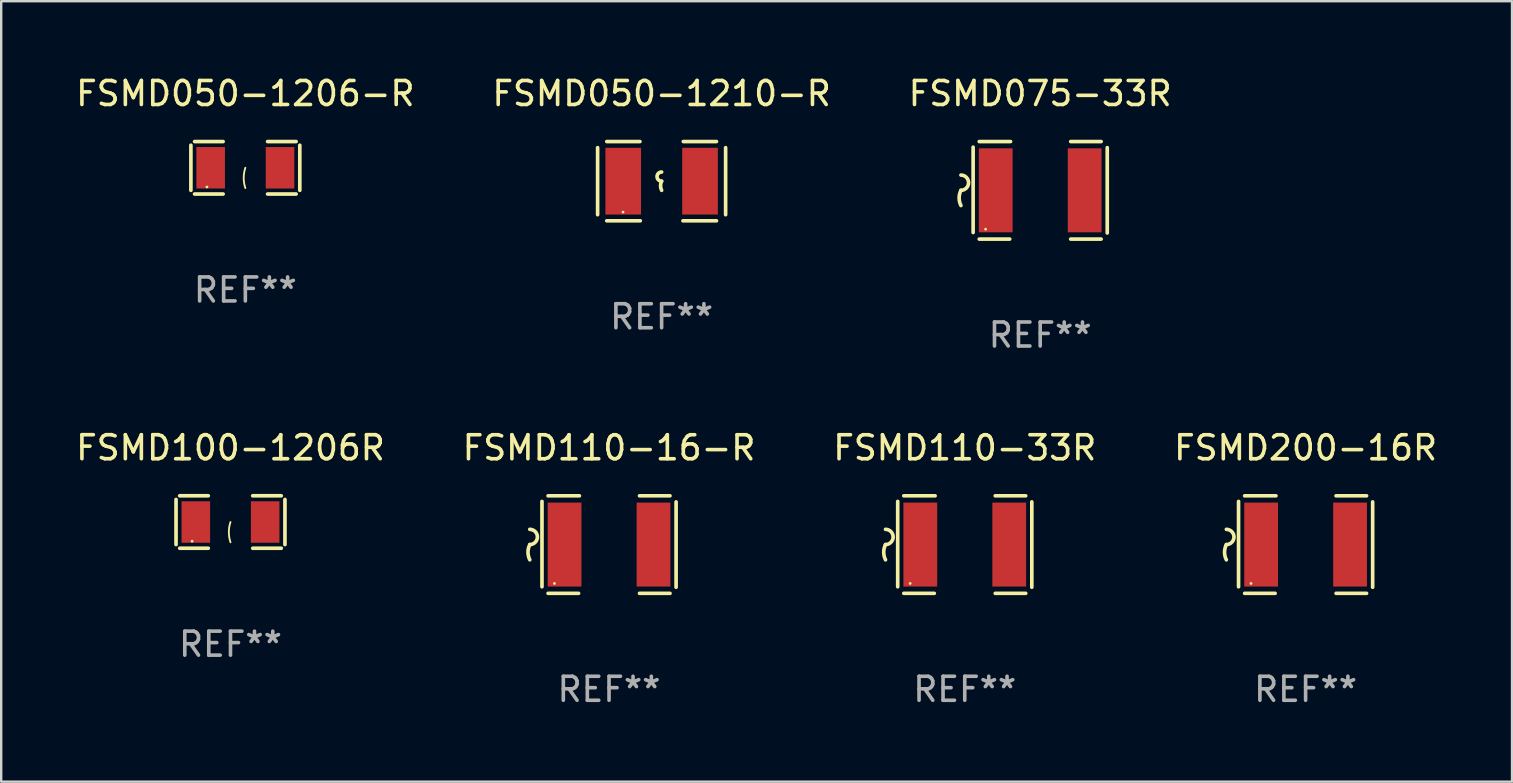
<source format=kicad_pcb>
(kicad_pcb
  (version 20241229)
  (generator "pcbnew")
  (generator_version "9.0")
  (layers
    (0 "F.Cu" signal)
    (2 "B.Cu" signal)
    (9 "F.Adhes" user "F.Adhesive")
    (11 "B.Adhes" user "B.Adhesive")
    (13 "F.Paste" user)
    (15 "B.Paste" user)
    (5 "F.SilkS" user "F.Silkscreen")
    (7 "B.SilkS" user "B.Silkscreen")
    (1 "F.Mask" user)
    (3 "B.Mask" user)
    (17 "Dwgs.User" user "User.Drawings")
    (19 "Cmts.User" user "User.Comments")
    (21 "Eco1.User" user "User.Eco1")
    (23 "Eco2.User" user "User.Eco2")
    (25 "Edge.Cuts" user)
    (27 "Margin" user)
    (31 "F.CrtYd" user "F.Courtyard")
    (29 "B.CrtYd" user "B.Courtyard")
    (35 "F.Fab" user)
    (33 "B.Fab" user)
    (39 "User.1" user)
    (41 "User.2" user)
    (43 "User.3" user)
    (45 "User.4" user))
  (footprint "FSMD100-1206R"
    (layer "F.Cu")
    (at 6.554 18.701)
    (property "Reference" "FSMD100-1206R" (at 0 -3.093 0) (layer "F.SilkS") (effects (font (size 1 1) (thickness 0.15))))
    (attr through_hole)
    (fp_line (start -2.269 -0.94) (end -2.269 0.94) (stroke (width 0.152) (type solid)) (layer "F.SilkS"))
    (fp_line (start -2.116 1.093) (end -0.926 1.093) (stroke (width 0.152) (type solid)) (layer "F.SilkS"))
    (fp_line (start -0.926 -1.093) (end -2.116 -1.093) (stroke (width 0.152) (type solid)) (layer "F.SilkS"))
    (fp_line (start 0.926 -1.093) (end 2.116 -1.093) (stroke (width 0.152) (type solid)) (layer "F.SilkS"))
    (fp_line (start 2.116 1.093) (end 0.926 1.093) (stroke (width 0.152) (type solid)) (layer "F.SilkS"))
    (fp_line (start 2.269 -0.94) (end 2.269 0.94) (stroke (width 0.152) (type solid)) (layer "F.SilkS"))
    (fp_arc (start 0 0.844951) (mid -0.068559 0.422475) (end 0 0) (stroke (width 0.0762) (type solid)) (layer "F.SilkS"))
    (fp_circle (center -1.6 0.8) (end -1.57 0.8) (stroke (width 0.06) (type solid)) (fill no) (layer "F.SilkS"))
    (fp_text user "REF**" (at 0 5.093 0) (layer "F.Fab") (effects (font (size 1 1) (thickness 0.15))))
    (pad "1" smd rect (at -1.445 0) (size 1.19 1.728) (layers "F.Cu" "F.Mask" "F.Paste"))
    (pad "2" smd rect (at 1.445 0) (size 1.19 1.728) (layers "F.Cu" "F.Mask" "F.Paste")))
  (footprint "FSMD075-33R"
    (layer "F.Cu")
    (at 40.292 4.88)
    (property "Reference" "FSMD075-33R" (at 0 -4.032 0) (layer "F.SilkS") (effects (font (size 1 1) (thickness 0.15))))
    (attr through_hole)
    (fp_line (start -2.794 -1.798) (end -2.794 1.758) (stroke (width 0.152) (type solid)) (layer "F.SilkS"))
    (fp_line (start -2.54 -2.032) (end -1.235 -2.032) (stroke (width 0.152) (type solid)) (layer "F.SilkS"))
    (fp_line (start -1.27 2.032) (end -2.54 2.032) (stroke (width 0.152) (type solid)) (layer "F.SilkS"))
    (fp_line (start 1.27 2.032) (end 2.54 2.032) (stroke (width 0.152) (type solid)) (layer "F.SilkS"))
    (fp_line (start 2.54 -2.032) (end 1.27 -2.032) (stroke (width 0.152) (type solid)) (layer "F.SilkS"))
    (fp_line (start 2.794 -1.778) (end 2.794 1.778) (stroke (width 0.152) (type solid)) (layer "F.SilkS"))
    (fp_arc (start -3.302007 -0.635002) (mid -2.984506 -0.317501) (end -3.302007 0) (stroke (width 0.151994) (type solid)) (layer "F.SilkS"))
    (fp_arc (start -3.302007 0.635002) (mid -3.376959 0.317501) (end -3.302007 0) (stroke (width 0.151994) (type solid)) (layer "F.SilkS"))
    (fp_circle (center -2.275 1.62) (end -2.245 1.62) (stroke (width 0.06) (type solid)) (fill no) (layer "F.SilkS"))
    (fp_text user "REF**" (at 0 6.032 0) (layer "F.Fab") (effects (font (size 1 1) (thickness 0.15))))
    (pad "1" smd rect (at -1.853 0) (size 1.407 3.499) (layers "F.Cu" "F.Mask" "F.Paste"))
    (pad "2" smd rect (at 1.853 0) (size 1.407 3.499) (layers "F.Cu" "F.Mask" "F.Paste")))
  (footprint "FSMD110-16-R"
    (layer "F.Cu")
    (at 22.327 19.641)
    (property "Reference" "FSMD110-16-R" (at 0 -4.032 0) (layer "F.SilkS") (effects (font (size 1 1) (thickness 0.15))))
    (attr through_hole)
    (fp_line (start -2.794 -1.798) (end -2.794 1.758) (stroke (width 0.152) (type solid)) (layer "F.SilkS"))
    (fp_line (start -2.54 -2.032) (end -1.235 -2.032) (stroke (width 0.152) (type solid)) (layer "F.SilkS"))
    (fp_line (start -1.27 2.032) (end -2.54 2.032) (stroke (width 0.152) (type solid)) (layer "F.SilkS"))
    (fp_line (start 1.27 2.032) (end 2.54 2.032) (stroke (width 0.152) (type solid)) (layer "F.SilkS"))
    (fp_line (start 2.54 -2.032) (end 1.27 -2.032) (stroke (width 0.152) (type solid)) (layer "F.SilkS"))
    (fp_line (start 2.794 -1.778) (end 2.794 1.778) (stroke (width 0.152) (type solid)) (layer "F.SilkS"))
    (fp_arc (start -3.302007 -0.635002) (mid -2.984506 -0.317501) (end -3.302007 0) (stroke (width 0.151994) (type solid)) (layer "F.SilkS"))
    (fp_arc (start -3.302007 0.635002) (mid -3.376959 0.317501) (end -3.302007 0) (stroke (width 0.151994) (type solid)) (layer "F.SilkS"))
    (fp_circle (center -2.275 1.62) (end -2.245 1.62) (stroke (width 0.06) (type solid)) (fill no) (layer "F.SilkS"))
    (fp_text user "REF**" (at 0 6.032 0) (layer "F.Fab") (effects (font (size 1 1) (thickness 0.15))))
    (pad "1" smd rect (at -1.853 0) (size 1.407 3.499) (layers "F.Cu" "F.Mask" "F.Paste"))
    (pad "2" smd rect (at 1.853 0) (size 1.407 3.499) (layers "F.Cu" "F.Mask" "F.Paste")))
  (footprint "FSMD200-16R"
    (layer "F.Cu")
    (at 51.351 19.641)
    (property "Reference" "FSMD200-16R" (at 0 -4.032 0) (layer "F.SilkS") (effects (font (size 1 1) (thickness 0.15))))
    (attr through_hole)
    (fp_line (start -2.794 -1.798) (end -2.794 1.758) (stroke (width 0.152) (type solid)) (layer "F.SilkS"))
    (fp_line (start -2.54 -2.032) (end -1.235 -2.032) (stroke (width 0.152) (type solid)) (layer "F.SilkS"))
    (fp_line (start -1.27 2.032) (end -2.54 2.032) (stroke (width 0.152) (type solid)) (layer "F.SilkS"))
    (fp_line (start 1.27 2.032) (end 2.54 2.032) (stroke (width 0.152) (type solid)) (layer "F.SilkS"))
    (fp_line (start 2.54 -2.032) (end 1.27 -2.032) (stroke (width 0.152) (type solid)) (layer "F.SilkS"))
    (fp_line (start 2.794 -1.778) (end 2.794 1.778) (stroke (width 0.152) (type solid)) (layer "F.SilkS"))
    (fp_arc (start -3.302007 -0.635002) (mid -2.984506 -0.317501) (end -3.302007 0) (stroke (width 0.151994) (type solid)) (layer "F.SilkS"))
    (fp_arc (start -3.302007 0.635002) (mid -3.376959 0.317501) (end -3.302007 0) (stroke (width 0.151994) (type solid)) (layer "F.SilkS"))
    (fp_circle (center -2.275 1.62) (end -2.245 1.62) (stroke (width 0.06) (type solid)) (fill no) (layer "F.SilkS"))
    (fp_text user "REF**" (at 0 6.032 0) (layer "F.Fab") (effects (font (size 1 1) (thickness 0.15))))
    (pad "1" smd rect (at -1.853 0) (size 1.407 3.499) (layers "F.Cu" "F.Mask" "F.Paste"))
    (pad "2" smd rect (at 1.853 0) (size 1.407 3.499) (layers "F.Cu" "F.Mask" "F.Paste")))
  (footprint "FSMD050-1206-R"
    (layer "F.Cu")
    (at 7.173 3.941)
    (property "Reference" "FSMD050-1206-R" (at 0 -3.093 0) (layer "F.SilkS") (effects (font (size 1 1) (thickness 0.15))))
    (attr through_hole)
    (fp_line (start -2.269 -0.94) (end -2.269 0.94) (stroke (width 0.152) (type solid)) (layer "F.SilkS"))
    (fp_line (start -2.116 1.093) (end -0.926 1.093) (stroke (width 0.152) (type solid)) (layer "F.SilkS"))
    (fp_line (start -0.926 -1.093) (end -2.116 -1.093) (stroke (width 0.152) (type solid)) (layer "F.SilkS"))
    (fp_line (start 0.926 -1.093) (end 2.116 -1.093) (stroke (width 0.152) (type solid)) (layer "F.SilkS"))
    (fp_line (start 2.116 1.093) (end 0.926 1.093) (stroke (width 0.152) (type solid)) (layer "F.SilkS"))
    (fp_line (start 2.269 -0.94) (end 2.269 0.94) (stroke (width 0.152) (type solid)) (layer "F.SilkS"))
    (fp_arc (start 0 0.844951) (mid -0.068559 0.422475) (end 0 0) (stroke (width 0.0762) (type solid)) (layer "F.SilkS"))
    (fp_circle (center -1.6 0.8) (end -1.57 0.8) (stroke (width 0.06) (type solid)) (fill no) (layer "F.SilkS"))
    (fp_text user "REF**" (at 0 5.093 0) (layer "F.Fab") (effects (font (size 1 1) (thickness 0.15))))
    (pad "1" smd rect (at -1.445 0) (size 1.19 1.728) (layers "F.Cu" "F.Mask" "F.Paste"))
    (pad "2" smd rect (at 1.445 0) (size 1.19 1.728) (layers "F.Cu" "F.Mask" "F.Paste")))
  (footprint "FSMD050-1210-R"
    (layer "F.Cu")
    (at 24.518 4.499)
    (property "Reference" "FSMD050-1210-R" (at 0 -3.651 0) (layer "F.SilkS") (effects (font (size 1 1) (thickness 0.15))))
    (attr through_hole)
    (fp_line (start -2.667 -1.397) (end -2.667 1.397) (stroke (width 0.152) (type solid)) (layer "F.SilkS"))
    (fp_line (start -2.286 -1.651) (end -0.903 -1.651) (stroke (width 0.152) (type solid)) (layer "F.SilkS"))
    (fp_line (start -0.889 1.651) (end -2.286 1.651) (stroke (width 0.152) (type solid)) (layer "F.SilkS"))
    (fp_line (start 0.889 1.651) (end 2.286 1.651) (stroke (width 0.152) (type solid)) (layer "F.SilkS"))
    (fp_line (start 2.286 -1.651) (end 0.903 -1.651) (stroke (width 0.152) (type solid)) (layer "F.SilkS"))
    (fp_line (start 2.667 -1.397) (end 2.667 1.397) (stroke (width 0.152) (type solid)) (layer "F.SilkS"))
    (fp_arc (start 0 0) (mid -0.1905 -0.1905) (end 0 -0.381) (stroke (width 0.151994) (type solid)) (layer "F.SilkS"))
    (fp_arc (start 0 0.381001) (mid -0.044971 0.1905) (end 0 0) (stroke (width 0.151994) (type solid)) (layer "F.SilkS"))
    (fp_circle (center -1.608 1.288) (end -1.578 1.288) (stroke (width 0.06) (type solid)) (fill no) (layer "F.SilkS"))
    (fp_text user "REF**" (at 0 5.651 0) (layer "F.Fab") (effects (font (size 1 1) (thickness 0.15))))
    (pad "1" smd rect (at -1.6 0) (size 1.485 2.781) (layers "F.Cu" "F.Mask" "F.Paste"))
    (pad "2" smd rect (at 1.6 0) (size 1.485 2.781) (layers "F.Cu" "F.Mask" "F.Paste")))
  (footprint "FSMD110-33R"
    (layer "F.Cu")
    (at 37.149 19.641)
    (property "Reference" "FSMD110-33R" (at 0 -4.032 0) (layer "F.SilkS") (effects (font (size 1 1) (thickness 0.15))))
    (attr through_hole)
    (fp_line (start -2.794 -1.798) (end -2.794 1.758) (stroke (width 0.152) (type solid)) (layer "F.SilkS"))
    (fp_line (start -2.54 -2.032) (end -1.235 -2.032) (stroke (width 0.152) (type solid)) (layer "F.SilkS"))
    (fp_line (start -1.27 2.032) (end -2.54 2.032) (stroke (width 0.152) (type solid)) (layer "F.SilkS"))
    (fp_line (start 1.27 2.032) (end 2.54 2.032) (stroke (width 0.152) (type solid)) (layer "F.SilkS"))
    (fp_line (start 2.54 -2.032) (end 1.27 -2.032) (stroke (width 0.152) (type solid)) (layer "F.SilkS"))
    (fp_line (start 2.794 -1.778) (end 2.794 1.778) (stroke (width 0.152) (type solid)) (layer "F.SilkS"))
    (fp_arc (start -3.302007 -0.635002) (mid -2.984506 -0.317501) (end -3.302007 0) (stroke (width 0.151994) (type solid)) (layer "F.SilkS"))
    (fp_arc (start -3.302007 0.635002) (mid -3.376959 0.317501) (end -3.302007 0) (stroke (width 0.151994) (type solid)) (layer "F.SilkS"))
    (fp_circle (center -2.275 1.62) (end -2.245 1.62) (stroke (width 0.06) (type solid)) (fill no) (layer "F.SilkS"))
    (fp_text user "REF**" (at 0 6.032 0) (layer "F.Fab") (effects (font (size 1 1) (thickness 0.15))))
    (pad "1" smd rect (at -1.853 0) (size 1.407 3.499) (layers "F.Cu" "F.Mask" "F.Paste"))
    (pad "2" smd rect (at 1.853 0) (size 1.407 3.499) (layers "F.Cu" "F.Mask" "F.Paste")))
  (gr_rect
    (start -3 -3)
    (end 59.952 29.521)
    (stroke (width 0.1) (type default))
    (fill no)
    (layer "Edge.Cuts")))
</source>
